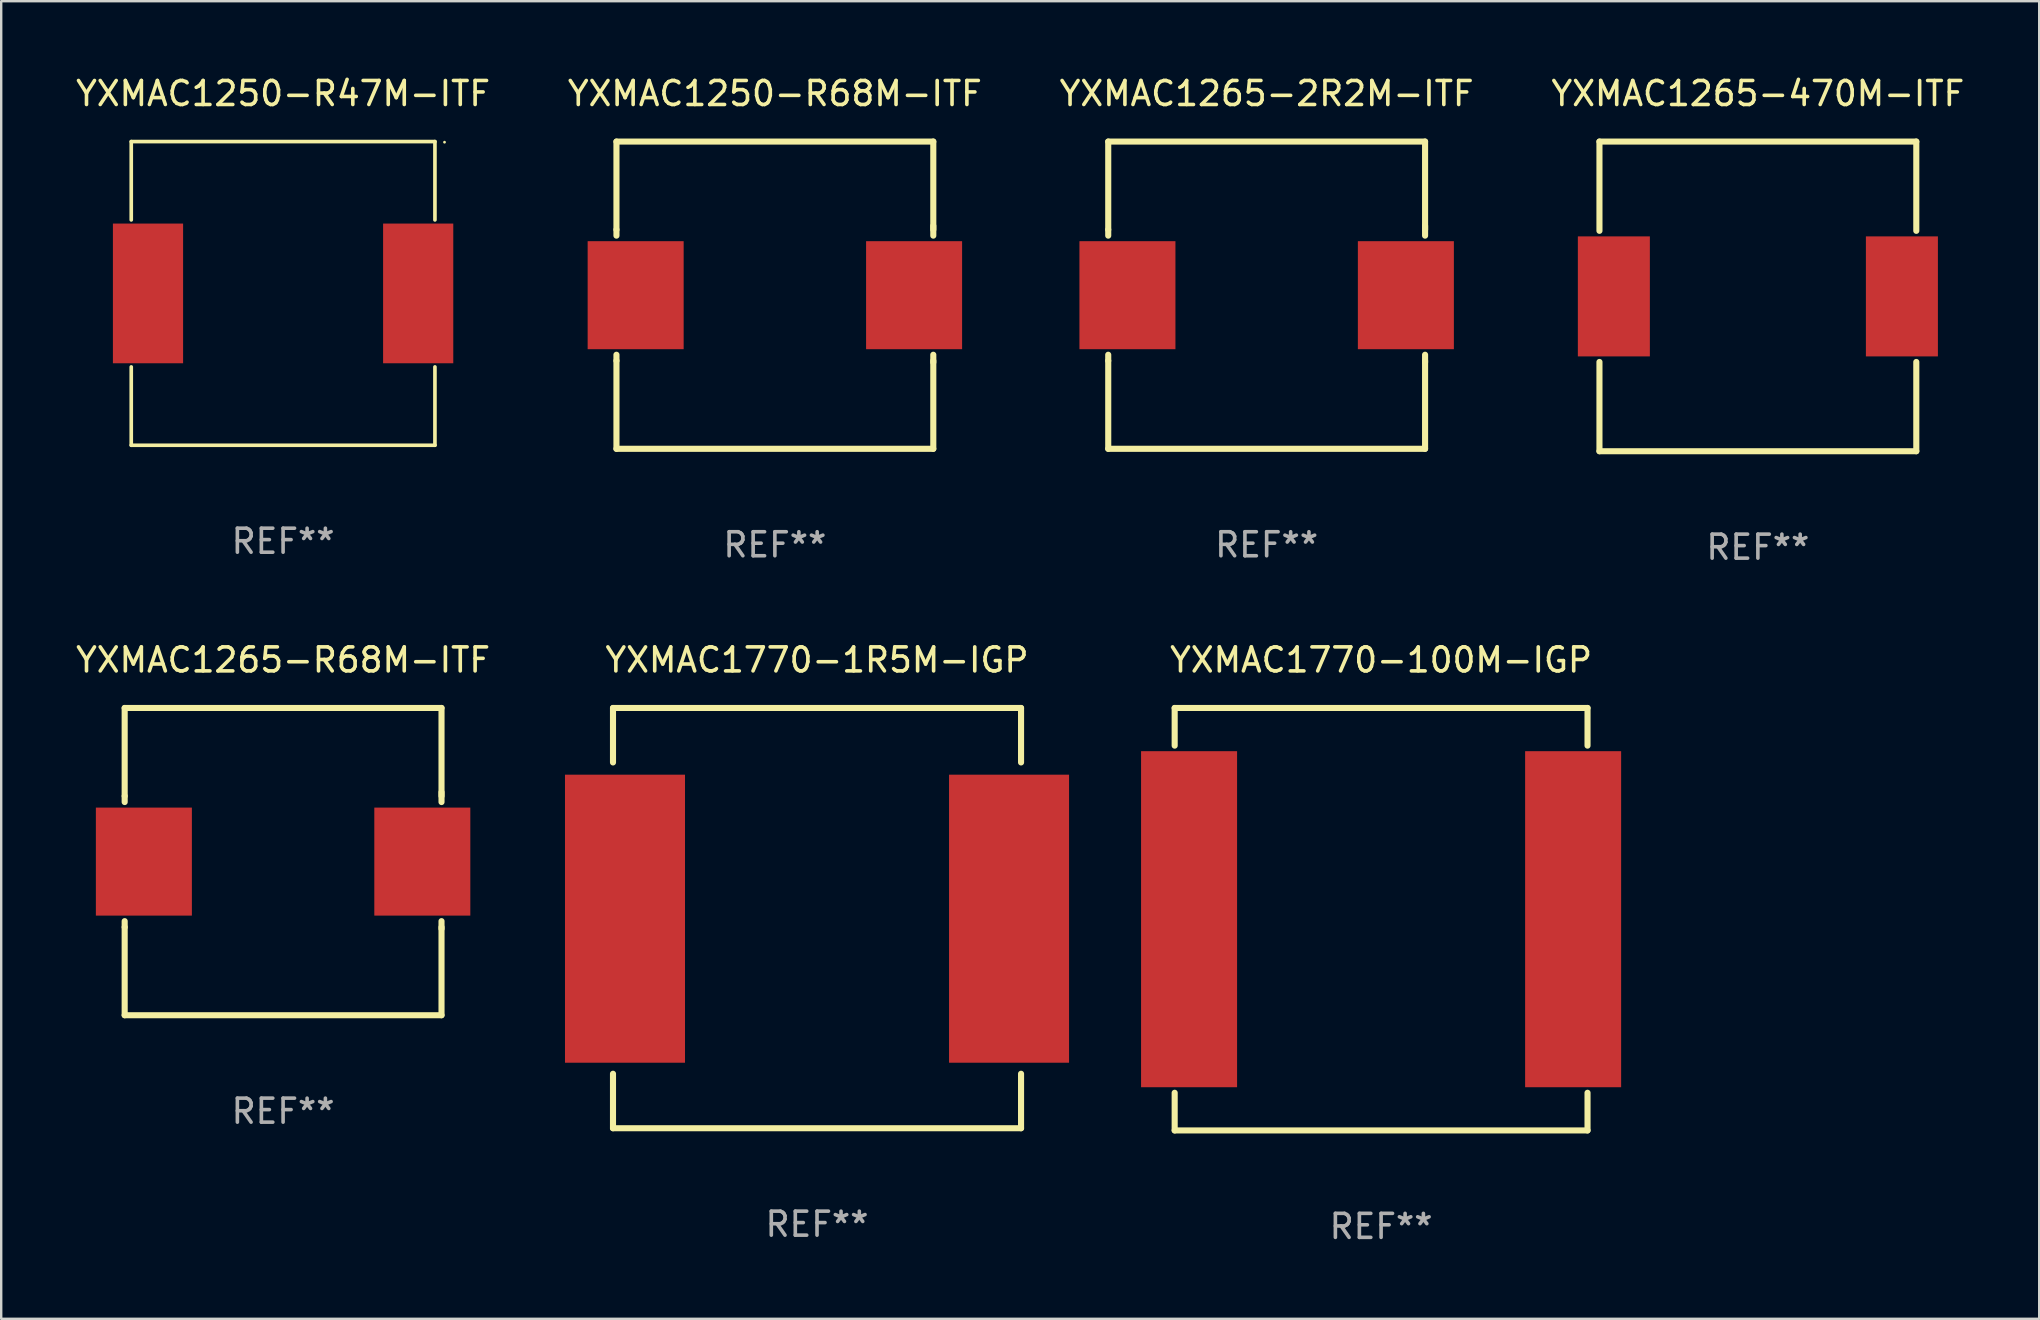
<source format=kicad_pcb>
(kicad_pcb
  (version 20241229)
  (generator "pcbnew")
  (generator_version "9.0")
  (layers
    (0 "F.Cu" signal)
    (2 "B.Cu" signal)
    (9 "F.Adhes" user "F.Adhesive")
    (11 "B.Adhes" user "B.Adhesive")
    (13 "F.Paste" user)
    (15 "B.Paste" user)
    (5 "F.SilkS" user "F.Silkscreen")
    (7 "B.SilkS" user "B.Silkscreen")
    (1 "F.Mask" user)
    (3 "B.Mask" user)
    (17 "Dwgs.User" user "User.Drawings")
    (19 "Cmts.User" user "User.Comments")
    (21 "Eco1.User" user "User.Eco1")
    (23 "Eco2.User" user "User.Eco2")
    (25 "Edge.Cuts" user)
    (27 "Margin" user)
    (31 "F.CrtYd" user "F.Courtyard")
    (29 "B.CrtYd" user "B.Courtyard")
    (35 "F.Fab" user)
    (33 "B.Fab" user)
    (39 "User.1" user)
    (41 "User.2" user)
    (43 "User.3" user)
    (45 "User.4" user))
  (footprint "YXMAC1250-R68M-ITF"
    (layer "F.Cu")
    (at 29.232 9.248)
    (property "Reference" "YXMAC1250-R68M-ITF" (at 0 -8.4 0) (layer "F.SilkS") (effects (font (size 1 1) (thickness 0.15))))
    (attr through_hole)
    (fp_line (start -6.6 -6.4) (end -6.6 -2.731) (stroke (width 0.254) (type solid)) (layer "F.SilkS"))
    (fp_line (start -6.6 -6.4) (end 6.6 -6.4) (stroke (width 0.254) (type solid)) (layer "F.SilkS"))
    (fp_line (start -6.6 -2.481) (end -6.6 -2.731) (stroke (width 0.254) (type solid)) (layer "F.SilkS"))
    (fp_line (start -6.6 2.731) (end -6.6 2.481) (stroke (width 0.254) (type solid)) (layer "F.SilkS"))
    (fp_line (start -6.6 2.731) (end -6.6 6.4) (stroke (width 0.254) (type solid)) (layer "F.SilkS"))
    (fp_line (start 6.6 -6.4) (end 6.6 -2.731) (stroke (width 0.254) (type solid)) (layer "F.SilkS"))
    (fp_line (start 6.6 -2.891) (end 6.6 -2.481) (stroke (width 0.254) (type solid)) (layer "F.SilkS"))
    (fp_line (start 6.6 2.481) (end 6.6 2.798) (stroke (width 0.254) (type solid)) (layer "F.SilkS"))
    (fp_line (start 6.6 2.731) (end 6.6 6.4) (stroke (width 0.254) (type solid)) (layer "F.SilkS"))
    (fp_line (start 6.6 6.4) (end -6.6 6.4) (stroke (width 0.254) (type solid)) (layer "F.SilkS"))
    (fp_circle (center -6.6 6.4) (end -6.57 6.4) (stroke (width 0.06) (type solid)) (fill no) (layer "F.SilkS"))
    (fp_text user "REF**" (at 0 10.4 0) (layer "F.Fab") (effects (font (size 1 1) (thickness 0.15))))
    (pad "1" smd rect (at -5.8 0) (size 4 4.5) (layers "F.Cu" "F.Mask" "F.Paste"))
    (pad "2" smd rect (at 5.8 0) (size 4 4.5) (layers "F.Cu" "F.Mask" "F.Paste")))
  (footprint "YXMAC1265-R68M-ITF"
    (layer "F.Cu")
    (at 8.744 32.845)
    (property "Reference" "YXMAC1265-R68M-ITF" (at 0 -8.4 0) (layer "F.SilkS") (effects (font (size 1 1) (thickness 0.15))))
    (attr through_hole)
    (fp_line (start -6.6 -6.4) (end -6.6 -2.731) (stroke (width 0.254) (type solid)) (layer "F.SilkS"))
    (fp_line (start -6.6 -6.4) (end 6.6 -6.4) (stroke (width 0.254) (type solid)) (layer "F.SilkS"))
    (fp_line (start -6.6 -2.481) (end -6.6 -2.731) (stroke (width 0.254) (type solid)) (layer "F.SilkS"))
    (fp_line (start -6.6 2.731) (end -6.6 2.481) (stroke (width 0.254) (type solid)) (layer "F.SilkS"))
    (fp_line (start -6.6 2.731) (end -6.6 6.4) (stroke (width 0.254) (type solid)) (layer "F.SilkS"))
    (fp_line (start 6.6 -6.4) (end 6.6 -2.731) (stroke (width 0.254) (type solid)) (layer "F.SilkS"))
    (fp_line (start 6.6 -2.891) (end 6.6 -2.481) (stroke (width 0.254) (type solid)) (layer "F.SilkS"))
    (fp_line (start 6.6 2.481) (end 6.6 2.798) (stroke (width 0.254) (type solid)) (layer "F.SilkS"))
    (fp_line (start 6.6 2.731) (end 6.6 6.4) (stroke (width 0.254) (type solid)) (layer "F.SilkS"))
    (fp_line (start 6.6 6.4) (end -6.6 6.4) (stroke (width 0.254) (type solid)) (layer "F.SilkS"))
    (fp_circle (center -6.6 6.4) (end -6.57 6.4) (stroke (width 0.06) (type solid)) (fill no) (layer "F.SilkS"))
    (fp_text user "REF**" (at 0 10.4 0) (layer "F.Fab") (effects (font (size 1 1) (thickness 0.15))))
    (pad "1" smd rect (at -5.8 0) (size 4 4.5) (layers "F.Cu" "F.Mask" "F.Paste"))
    (pad "2" smd rect (at 5.8 0) (size 4 4.5) (layers "F.Cu" "F.Mask" "F.Paste")))
  (footprint "YXMAC1770-1R5M-IGP"
    (layer "F.Cu")
    (at 30.988 35.199)
    (property "Reference" "YXMAC1770-1R5M-IGP" (at 0 -10.754 0) (layer "F.SilkS") (effects (font (size 1 1) (thickness 0.15))))
    (attr through_hole)
    (fp_line (start -8.5 -8.754) (end -8.5 -6.485) (stroke (width 0.254) (type solid)) (layer "F.SilkS"))
    (fp_line (start -8.5 -8.754) (end 8.5 -8.754) (stroke (width 0.254) (type solid)) (layer "F.SilkS"))
    (fp_line (start -8.5 6.485) (end -8.5 8.754) (stroke (width 0.254) (type solid)) (layer "F.SilkS"))
    (fp_line (start 8.5 -8.754) (end 8.5 -6.485) (stroke (width 0.254) (type solid)) (layer "F.SilkS"))
    (fp_line (start 8.5 6.485) (end 8.5 8.754) (stroke (width 0.254) (type solid)) (layer "F.SilkS"))
    (fp_line (start 8.5 8.754) (end -8.5 8.754) (stroke (width 0.254) (type solid)) (layer "F.SilkS"))
    (fp_circle (center -8.5 8.775) (end -8.47 8.775) (stroke (width 0.06) (type solid)) (fill no) (layer "F.SilkS"))
    (fp_text user "REF**" (at 0 12.754 0) (layer "F.Fab") (effects (font (size 1 1) (thickness 0.15))))
    (pad "1" smd rect (at -8 0.025 90) (size 12 5) (layers "F.Cu" "F.Mask" "F.Paste"))
    (pad "2" smd rect (at 8 0.025 90) (size 12 5) (layers "F.Cu" "F.Mask" "F.Paste")))
  (footprint "YXMAC1250-R47M-ITF"
    (layer "F.Cu")
    (at 8.744 9.174)
    (property "Reference" "YXMAC1250-R47M-ITF" (at 0 -8.326 0) (layer "F.SilkS") (effects (font (size 1 1) (thickness 0.15))))
    (attr through_hole)
    (fp_line (start -6.326 -6.326) (end 6.326 -6.326) (stroke (width 0.152) (type solid)) (layer "F.SilkS"))
    (fp_line (start -6.326 -3.062) (end -6.326 -6.326) (stroke (width 0.152) (type solid)) (layer "F.SilkS"))
    (fp_line (start -6.326 3.062) (end -6.326 6.326) (stroke (width 0.152) (type solid)) (layer "F.SilkS"))
    (fp_line (start -6.326 6.326) (end 6.326 6.326) (stroke (width 0.152) (type solid)) (layer "F.SilkS"))
    (fp_line (start 6.326 -6.326) (end 6.326 -3.062) (stroke (width 0.152) (type solid)) (layer "F.SilkS"))
    (fp_line (start 6.326 6.326) (end 6.326 3.062) (stroke (width 0.152) (type solid)) (layer "F.SilkS"))
    (fp_circle (center 6.725 -6.3) (end 6.755 -6.3) (stroke (width 0.06) (type solid)) (fill no) (layer "F.SilkS"))
    (fp_text user "REF**" (at 0 10.326 0) (layer "F.Fab") (effects (font (size 1 1) (thickness 0.15))))
    (pad "1" smd rect (at 5.628 0) (size 2.924 5.82) (layers "F.Cu" "F.Mask" "F.Paste"))
    (pad "2" smd rect (at -5.628 0) (size 2.924 5.82) (layers "F.Cu" "F.Mask" "F.Paste")))
  (footprint "YXMAC1265-2R2M-ITF"
    (layer "F.Cu")
    (at 49.72 9.248)
    (property "Reference" "YXMAC1265-2R2M-ITF" (at 0 -8.4 0) (layer "F.SilkS") (effects (font (size 1 1) (thickness 0.15))))
    (attr through_hole)
    (fp_line (start -6.6 -6.4) (end -6.6 -2.731) (stroke (width 0.254) (type solid)) (layer "F.SilkS"))
    (fp_line (start -6.6 -6.4) (end 6.6 -6.4) (stroke (width 0.254) (type solid)) (layer "F.SilkS"))
    (fp_line (start -6.6 -2.481) (end -6.6 -2.731) (stroke (width 0.254) (type solid)) (layer "F.SilkS"))
    (fp_line (start -6.6 2.731) (end -6.6 2.481) (stroke (width 0.254) (type solid)) (layer "F.SilkS"))
    (fp_line (start -6.6 2.731) (end -6.6 6.4) (stroke (width 0.254) (type solid)) (layer "F.SilkS"))
    (fp_line (start 6.6 -6.4) (end 6.6 -2.731) (stroke (width 0.254) (type solid)) (layer "F.SilkS"))
    (fp_line (start 6.6 -2.891) (end 6.6 -2.481) (stroke (width 0.254) (type solid)) (layer "F.SilkS"))
    (fp_line (start 6.6 2.481) (end 6.6 2.798) (stroke (width 0.254) (type solid)) (layer "F.SilkS"))
    (fp_line (start 6.6 2.731) (end 6.6 6.4) (stroke (width 0.254) (type solid)) (layer "F.SilkS"))
    (fp_line (start 6.6 6.4) (end -6.6 6.4) (stroke (width 0.254) (type solid)) (layer "F.SilkS"))
    (fp_circle (center -6.6 6.4) (end -6.57 6.4) (stroke (width 0.06) (type solid)) (fill no) (layer "F.SilkS"))
    (fp_text user "REF**" (at 0 10.4 0) (layer "F.Fab") (effects (font (size 1 1) (thickness 0.15))))
    (pad "1" smd rect (at -5.8 0) (size 4 4.5) (layers "F.Cu" "F.Mask" "F.Paste"))
    (pad "2" smd rect (at 5.8 0) (size 4 4.5) (layers "F.Cu" "F.Mask" "F.Paste")))
  (footprint "YXMAC1770-100M-IGP"
    (layer "F.Cu")
    (at 54.488 35.245)
    (property "Reference" "YXMAC1770-100M-IGP" (at 0 -10.8 0) (layer "F.SilkS") (effects (font (size 1 1) (thickness 0.15))))
    (attr through_hole)
    (fp_line (start -8.6 7.231) (end -8.6 8.8) (stroke (width 0.254) (type solid)) (layer "F.SilkS"))
    (fp_line (start -8.6 8.8) (end 8.6 8.8) (stroke (width 0.254) (type solid)) (layer "F.SilkS"))
    (fp_line (start -8.6 -8.8) (end -8.6 -7.231) (stroke (width 0.254) (type solid)) (layer "F.SilkS"))
    (fp_line (start -8.6 -8.8) (end 8.6 -8.8) (stroke (width 0.254) (type solid)) (layer "F.SilkS"))
    (fp_line (start 8.6 -8.8) (end 8.6 -7.231) (stroke (width 0.254) (type solid)) (layer "F.SilkS"))
    (fp_line (start 8.6 7.231) (end 8.6 8.8) (stroke (width 0.254) (type solid)) (layer "F.SilkS"))
    (fp_circle (center -8.6 8.75) (end -8.57 8.75) (stroke (width 0.06) (type solid)) (fill no) (layer "F.SilkS"))
    (fp_text user "REF**" (at 0 12.8 0) (layer "F.Fab") (effects (font (size 1 1) (thickness 0.15))))
    (pad "1" smd rect (at -8 0) (size 4 14) (layers "F.Cu" "F.Mask" "F.Paste"))
    (pad "2" smd rect (at 8 0) (size 4 14) (layers "F.Cu" "F.Mask" "F.Paste")))
  (footprint "YXMAC1265-470M-ITF"
    (layer "F.Cu")
    (at 70.185 9.298)
    (property "Reference" "YXMAC1265-470M-ITF" (at 0 -8.45 0) (layer "F.SilkS") (effects (font (size 1 1) (thickness 0.15))))
    (attr through_hole)
    (fp_line (start -6.6 -6.45) (end 6.6 -6.45) (stroke (width 0.254) (type solid)) (layer "F.SilkS"))
    (fp_line (start -6.6 -2.731) (end -6.6 -6.45) (stroke (width 0.254) (type solid)) (layer "F.SilkS"))
    (fp_line (start -6.6 6.45) (end -6.6 2.731) (stroke (width 0.254) (type solid)) (layer "F.SilkS"))
    (fp_line (start 6.6 -2.731) (end 6.6 -6.45) (stroke (width 0.254) (type solid)) (layer "F.SilkS"))
    (fp_line (start 6.6 6.45) (end -6.6 6.45) (stroke (width 0.254) (type solid)) (layer "F.SilkS"))
    (fp_line (start 6.6 6.45) (end 6.6 2.731) (stroke (width 0.254) (type solid)) (layer "F.SilkS"))
    (fp_circle (center -6.6 6.45) (end -6.57 6.45) (stroke (width 0.06) (type solid)) (fill no) (layer "F.SilkS"))
    (fp_text user "REF**" (at 0 10.45 0) (layer "F.Fab") (effects (font (size 1 1) (thickness 0.15))))
    (pad "1" smd rect (at -6 0) (size 3 5) (layers "F.Cu" "F.Mask" "F.Paste"))
    (pad "2" smd rect (at 6 0) (size 3 5) (layers "F.Cu" "F.Mask" "F.Paste")))
  (gr_rect
    (start -3 -3)
    (end 81.905 51.893)
    (stroke (width 0.1) (type default))
    (fill no)
    (layer "Edge.Cuts")))
</source>
